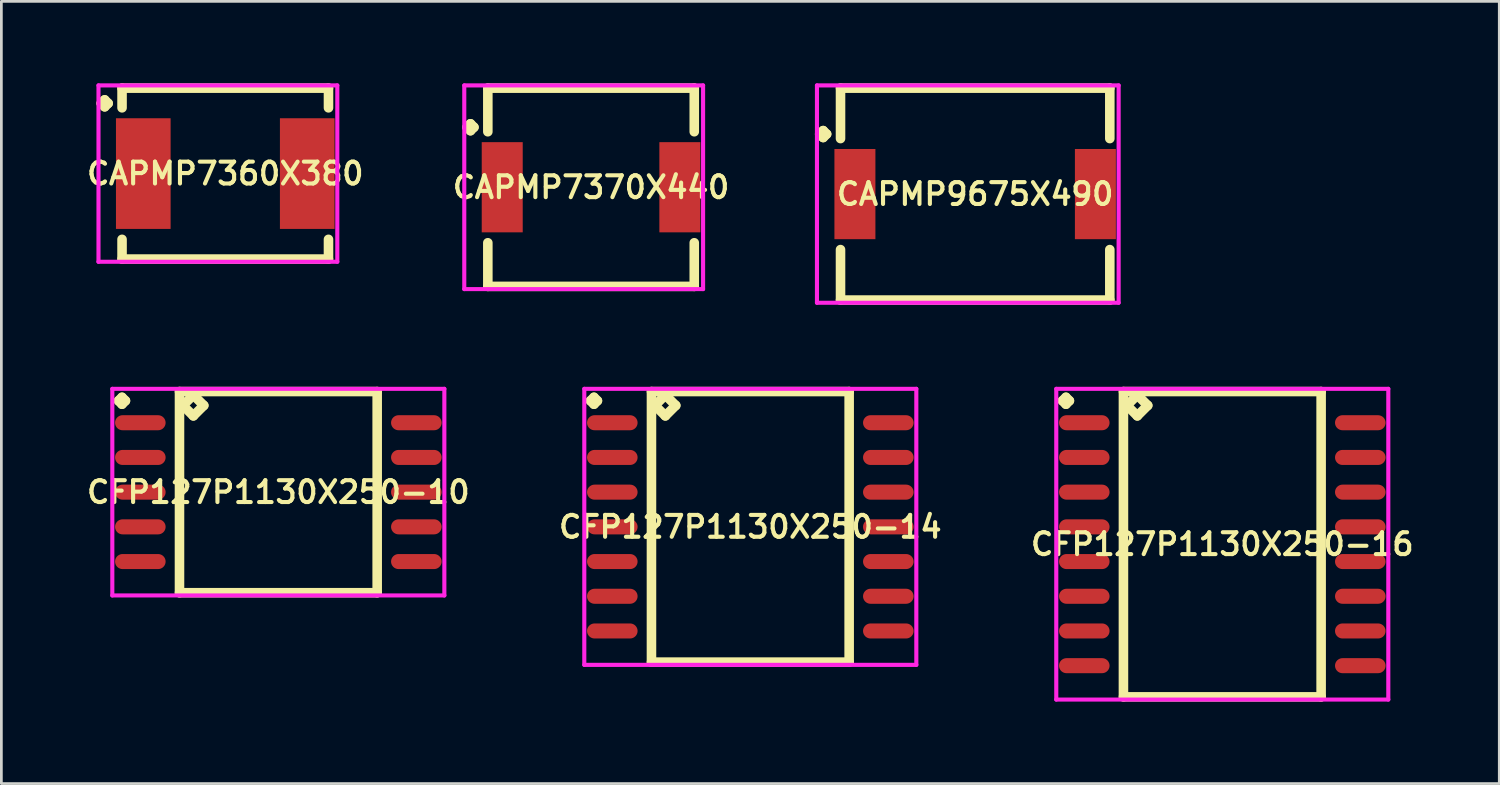
<source format=kicad_pcb>
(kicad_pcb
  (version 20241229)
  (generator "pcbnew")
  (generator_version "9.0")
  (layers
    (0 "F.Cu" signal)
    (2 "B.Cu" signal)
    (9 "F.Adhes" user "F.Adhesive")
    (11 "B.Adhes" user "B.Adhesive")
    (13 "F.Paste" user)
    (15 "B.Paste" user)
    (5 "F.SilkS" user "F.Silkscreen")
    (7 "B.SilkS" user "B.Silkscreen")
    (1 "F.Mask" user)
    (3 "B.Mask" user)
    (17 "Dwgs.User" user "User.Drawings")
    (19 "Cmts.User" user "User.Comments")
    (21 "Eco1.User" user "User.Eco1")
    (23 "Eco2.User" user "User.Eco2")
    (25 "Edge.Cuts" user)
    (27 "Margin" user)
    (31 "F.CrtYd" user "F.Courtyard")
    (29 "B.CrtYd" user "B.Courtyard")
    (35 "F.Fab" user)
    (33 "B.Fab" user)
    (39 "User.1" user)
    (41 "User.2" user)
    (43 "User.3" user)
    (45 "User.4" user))
  (footprint "CFP127P1130X250-14"
    (layer "F.Cu")
    (at 24.406 16.229)
    (property "Reference" "CFP127P1130X250-14" (at 0 0 0) (layer "F.SilkS") (effects (font (size 0.8 0.8) (thickness 0.15))))
    (attr smd)
    (fp_line (start -5.848 -4.614) (end -5.721 -4.741) (stroke (width 0.35) (type solid)) (layer "F.SilkS"))
    (fp_line (start -5.721 -4.741) (end -5.594 -4.614) (stroke (width 0.35) (type solid)) (layer "F.SilkS"))
    (fp_line (start -5.721 -4.487) (end -5.848 -4.614) (stroke (width 0.35) (type solid)) (layer "F.SilkS"))
    (fp_line (start -5.594 -4.614) (end -5.721 -4.487) (stroke (width 0.35) (type solid)) (layer "F.SilkS"))
    (fp_line (start -3.617 -4.95) (end -3.617 4.95) (stroke (width 0.35) (type solid)) (layer "F.SilkS"))
    (fp_line (start -3.617 4.95) (end 3.617 4.95) (stroke (width 0.35) (type solid)) (layer "F.SilkS"))
    (fp_line (start -3.49 -4.442) (end -3.109 -4.823) (stroke (width 0.35) (type solid)) (layer "F.SilkS"))
    (fp_line (start -3.109 -4.823) (end -2.728 -4.442) (stroke (width 0.35) (type solid)) (layer "F.SilkS"))
    (fp_line (start -3.109 -4.061) (end -3.49 -4.442) (stroke (width 0.35) (type solid)) (layer "F.SilkS"))
    (fp_line (start -2.728 -4.442) (end -3.109 -4.061) (stroke (width 0.35) (type solid)) (layer "F.SilkS"))
    (fp_line (start 3.617 -4.95) (end -3.617 -4.95) (stroke (width 0.35) (type solid)) (layer "F.SilkS"))
    (fp_line (start 3.617 4.95) (end 3.617 -4.95) (stroke (width 0.35) (type solid)) (layer "F.SilkS"))
    (fp_line (start -6.075 -5.05) (end 6.075 -5.05) (stroke (width 0.15) (type solid)) (layer "F.CrtYd"))
    (fp_line (start -6.075 5.05) (end -6.075 -5.05) (stroke (width 0.15) (type solid)) (layer "F.CrtYd"))
    (fp_line (start 6.075 -5.05) (end 6.075 5.05) (stroke (width 0.15) (type solid)) (layer "F.CrtYd"))
    (fp_line (start 6.075 5.05) (end -6.075 5.05) (stroke (width 0.15) (type solid)) (layer "F.CrtYd"))
    (pad "1" smd oval (at -5.05 -3.81) (size 1.85 0.55) (layers "F.Cu" "F.Mask" "F.Paste"))
    (pad "2" smd oval (at -5.05 -2.54) (size 1.85 0.55) (layers "F.Cu" "F.Mask" "F.Paste"))
    (pad "3" smd oval (at -5.05 -1.27) (size 1.85 0.55) (layers "F.Cu" "F.Mask" "F.Paste"))
    (pad "4" smd oval (at -5.05 0) (size 1.85 0.55) (layers "F.Cu" "F.Mask" "F.Paste"))
    (pad "5" smd oval (at -5.05 1.27) (size 1.85 0.55) (layers "F.Cu" "F.Mask" "F.Paste"))
    (pad "6" smd oval (at -5.05 2.54) (size 1.85 0.55) (layers "F.Cu" "F.Mask" "F.Paste"))
    (pad "7" smd oval (at -5.05 3.81) (size 1.85 0.55) (layers "F.Cu" "F.Mask" "F.Paste"))
    (pad "8" smd oval (at 5.05 3.81) (size 1.85 0.55) (layers "F.Cu" "F.Mask" "F.Paste"))
    (pad "9" smd oval (at 5.05 2.54) (size 1.85 0.55) (layers "F.Cu" "F.Mask" "F.Paste"))
    (pad "10" smd oval (at 5.05 1.27) (size 1.85 0.55) (layers "F.Cu" "F.Mask" "F.Paste"))
    (pad "11" smd oval (at 5.05 0) (size 1.85 0.55) (layers "F.Cu" "F.Mask" "F.Paste"))
    (pad "12" smd oval (at 5.05 -1.27) (size 1.85 0.55) (layers "F.Cu" "F.Mask" "F.Paste"))
    (pad "13" smd oval (at 5.05 -2.54) (size 1.85 0.55) (layers "F.Cu" "F.Mask" "F.Paste"))
    (pad "14" smd oval (at 5.05 -3.81) (size 1.85 0.55) (layers "F.Cu" "F.Mask" "F.Paste")))
  (footprint "CAPMP9675X490"
    (layer "F.Cu")
    (at 32.634 4.052)
    (property "Reference" "CAPMP9675X490" (at 0 0 0) (layer "F.SilkS") (effects (font (size 0.8 0.8) (thickness 0.15))))
    (attr smd)
    (fp_line (start -5.689 -2.196) (end -5.562 -2.323) (stroke (width 0.35) (type solid)) (layer "F.SilkS"))
    (fp_line (start -5.562 -2.323) (end -5.435 -2.196) (stroke (width 0.35) (type solid)) (layer "F.SilkS"))
    (fp_line (start -5.562 -2.069) (end -5.689 -2.196) (stroke (width 0.35) (type solid)) (layer "F.SilkS"))
    (fp_line (start -5.435 -2.196) (end -5.562 -2.069) (stroke (width 0.35) (type solid)) (layer "F.SilkS"))
    (fp_line (start -4.927 -3.877) (end 4.927 -3.877) (stroke (width 0.35) (type solid)) (layer "F.SilkS"))
    (fp_line (start -4.927 -2.031) (end -4.927 -3.877) (stroke (width 0.35) (type solid)) (layer "F.SilkS"))
    (fp_line (start -4.927 2.031) (end -4.927 3.877) (stroke (width 0.35) (type solid)) (layer "F.SilkS"))
    (fp_line (start -4.927 3.877) (end 4.927 3.877) (stroke (width 0.35) (type solid)) (layer "F.SilkS"))
    (fp_line (start 4.927 -3.877) (end 4.927 -2.031) (stroke (width 0.35) (type solid)) (layer "F.SilkS"))
    (fp_line (start 4.927 3.877) (end 4.927 2.031) (stroke (width 0.35) (type solid)) (layer "F.SilkS"))
    (fp_line (start -5.789 -3.977) (end 5.25 -3.977) (stroke (width 0.15) (type solid)) (layer "F.CrtYd"))
    (fp_line (start -5.789 3.977) (end -5.789 -3.977) (stroke (width 0.15) (type solid)) (layer "F.CrtYd"))
    (fp_line (start 5.25 -3.977) (end 5.25 3.977) (stroke (width 0.15) (type solid)) (layer "F.CrtYd"))
    (fp_line (start 5.25 3.977) (end -5.789 3.977) (stroke (width 0.15) (type solid)) (layer "F.CrtYd"))
    (pad "1" smd rect (at -4.4 0) (size 1.5 3.3) (layers "F.Cu" "F.Mask" "F.Paste"))
    (pad "2" smd rect (at 4.4 0) (size 1.5 3.3) (layers "F.Cu" "F.Mask" "F.Paste")))
  (footprint "CFP127P1130X250-16"
    (layer "F.Cu")
    (at 41.677 16.864)
    (property "Reference" "CFP127P1130X250-16" (at 0 0 0) (layer "F.SilkS") (effects (font (size 0.8 0.8) (thickness 0.15))))
    (attr smd)
    (fp_line (start -5.848 -5.249) (end -5.721 -5.376) (stroke (width 0.35) (type solid)) (layer "F.SilkS"))
    (fp_line (start -5.721 -5.376) (end -5.594 -5.249) (stroke (width 0.35) (type solid)) (layer "F.SilkS"))
    (fp_line (start -5.721 -5.122) (end -5.848 -5.249) (stroke (width 0.35) (type solid)) (layer "F.SilkS"))
    (fp_line (start -5.594 -5.249) (end -5.721 -5.122) (stroke (width 0.35) (type solid)) (layer "F.SilkS"))
    (fp_line (start -3.617 -5.585) (end -3.617 5.585) (stroke (width 0.35) (type solid)) (layer "F.SilkS"))
    (fp_line (start -3.617 5.585) (end 3.617 5.585) (stroke (width 0.35) (type solid)) (layer "F.SilkS"))
    (fp_line (start -3.49 -5.077) (end -3.109 -5.458) (stroke (width 0.35) (type solid)) (layer "F.SilkS"))
    (fp_line (start -3.109 -5.458) (end -2.728 -5.077) (stroke (width 0.35) (type solid)) (layer "F.SilkS"))
    (fp_line (start -3.109 -4.696) (end -3.49 -5.077) (stroke (width 0.35) (type solid)) (layer "F.SilkS"))
    (fp_line (start -2.728 -5.077) (end -3.109 -4.696) (stroke (width 0.35) (type solid)) (layer "F.SilkS"))
    (fp_line (start 3.617 -5.585) (end -3.617 -5.585) (stroke (width 0.35) (type solid)) (layer "F.SilkS"))
    (fp_line (start 3.617 5.585) (end 3.617 -5.585) (stroke (width 0.35) (type solid)) (layer "F.SilkS"))
    (fp_line (start -6.075 -5.685) (end 6.075 -5.685) (stroke (width 0.15) (type solid)) (layer "F.CrtYd"))
    (fp_line (start -6.075 5.685) (end -6.075 -5.685) (stroke (width 0.15) (type solid)) (layer "F.CrtYd"))
    (fp_line (start 6.075 -5.685) (end 6.075 5.685) (stroke (width 0.15) (type solid)) (layer "F.CrtYd"))
    (fp_line (start 6.075 5.685) (end -6.075 5.685) (stroke (width 0.15) (type solid)) (layer "F.CrtYd"))
    (pad "1" smd oval (at -5.05 -4.445) (size 1.85 0.55) (layers "F.Cu" "F.Mask" "F.Paste"))
    (pad "2" smd oval (at -5.05 -3.175) (size 1.85 0.55) (layers "F.Cu" "F.Mask" "F.Paste"))
    (pad "3" smd oval (at -5.05 -1.905) (size 1.85 0.55) (layers "F.Cu" "F.Mask" "F.Paste"))
    (pad "4" smd oval (at -5.05 -0.635) (size 1.85 0.55) (layers "F.Cu" "F.Mask" "F.Paste"))
    (pad "5" smd oval (at -5.05 0.635) (size 1.85 0.55) (layers "F.Cu" "F.Mask" "F.Paste"))
    (pad "6" smd oval (at -5.05 1.905) (size 1.85 0.55) (layers "F.Cu" "F.Mask" "F.Paste"))
    (pad "7" smd oval (at -5.05 3.175) (size 1.85 0.55) (layers "F.Cu" "F.Mask" "F.Paste"))
    (pad "8" smd oval (at -5.05 4.445) (size 1.85 0.55) (layers "F.Cu" "F.Mask" "F.Paste"))
    (pad "9" smd oval (at 5.05 4.445) (size 1.85 0.55) (layers "F.Cu" "F.Mask" "F.Paste"))
    (pad "10" smd oval (at 5.05 3.175) (size 1.85 0.55) (layers "F.Cu" "F.Mask" "F.Paste"))
    (pad "11" smd oval (at 5.05 1.905) (size 1.85 0.55) (layers "F.Cu" "F.Mask" "F.Paste"))
    (pad "12" smd oval (at 5.05 0.635) (size 1.85 0.55) (layers "F.Cu" "F.Mask" "F.Paste"))
    (pad "13" smd oval (at 5.05 -0.635) (size 1.85 0.55) (layers "F.Cu" "F.Mask" "F.Paste"))
    (pad "14" smd oval (at 5.05 -1.905) (size 1.85 0.55) (layers "F.Cu" "F.Mask" "F.Paste"))
    (pad "15" smd oval (at 5.05 -3.175) (size 1.85 0.55) (layers "F.Cu" "F.Mask" "F.Paste"))
    (pad "16" smd oval (at 5.05 -4.445) (size 1.85 0.55) (layers "F.Cu" "F.Mask" "F.Paste")))
  (footprint "CAPMP7360X380"
    (layer "F.Cu")
    (at 5.193 3.302)
    (property "Reference" "CAPMP7360X380" (at 0 0 0) (layer "F.SilkS") (effects (font (size 0.8 0.8) (thickness 0.15))))
    (attr smd)
    (fp_line (start -4.539 -2.571) (end -4.412 -2.698) (stroke (width 0.35) (type solid)) (layer "F.SilkS"))
    (fp_line (start -4.412 -2.698) (end -4.285 -2.571) (stroke (width 0.35) (type solid)) (layer "F.SilkS"))
    (fp_line (start -4.412 -2.444) (end -4.539 -2.571) (stroke (width 0.35) (type solid)) (layer "F.SilkS"))
    (fp_line (start -4.285 -2.571) (end -4.412 -2.444) (stroke (width 0.35) (type solid)) (layer "F.SilkS"))
    (fp_line (start -3.777 -3.127) (end 3.777 -3.127) (stroke (width 0.35) (type solid)) (layer "F.SilkS"))
    (fp_line (start -3.777 -2.406) (end -3.777 -3.127) (stroke (width 0.35) (type solid)) (layer "F.SilkS"))
    (fp_line (start -3.777 2.406) (end -3.777 3.127) (stroke (width 0.35) (type solid)) (layer "F.SilkS"))
    (fp_line (start -3.777 3.127) (end 3.777 3.127) (stroke (width 0.35) (type solid)) (layer "F.SilkS"))
    (fp_line (start 3.777 -3.127) (end 3.777 -2.406) (stroke (width 0.35) (type solid)) (layer "F.SilkS"))
    (fp_line (start 3.777 3.127) (end 3.777 2.406) (stroke (width 0.35) (type solid)) (layer "F.SilkS"))
    (fp_line (start -4.639 -3.227) (end 4.1 -3.227) (stroke (width 0.15) (type solid)) (layer "F.CrtYd"))
    (fp_line (start -4.639 3.227) (end -4.639 -3.227) (stroke (width 0.15) (type solid)) (layer "F.CrtYd"))
    (fp_line (start 4.1 -3.227) (end 4.1 3.227) (stroke (width 0.15) (type solid)) (layer "F.CrtYd"))
    (fp_line (start 4.1 3.227) (end -4.639 3.227) (stroke (width 0.15) (type solid)) (layer "F.CrtYd"))
    (pad "1" smd rect (at -3 0) (size 2 4.05) (layers "F.Cu" "F.Mask" "F.Paste"))
    (pad "2" smd rect (at 3 0) (size 2 4.05) (layers "F.Cu" "F.Mask" "F.Paste")))
  (footprint "CAPMP7370X440"
    (layer "F.Cu")
    (at 18.578 3.802)
    (property "Reference" "CAPMP7370X440" (at 0 0 0) (layer "F.SilkS") (effects (font (size 0.8 0.8) (thickness 0.15))))
    (attr smd)
    (fp_line (start -4.539 -2.196) (end -4.412 -2.323) (stroke (width 0.35) (type solid)) (layer "F.SilkS"))
    (fp_line (start -4.412 -2.323) (end -4.285 -2.196) (stroke (width 0.35) (type solid)) (layer "F.SilkS"))
    (fp_line (start -4.412 -2.069) (end -4.539 -2.196) (stroke (width 0.35) (type solid)) (layer "F.SilkS"))
    (fp_line (start -4.285 -2.196) (end -4.412 -2.069) (stroke (width 0.35) (type solid)) (layer "F.SilkS"))
    (fp_line (start -3.777 -3.627) (end 3.777 -3.627) (stroke (width 0.35) (type solid)) (layer "F.SilkS"))
    (fp_line (start -3.777 -2.031) (end -3.777 -3.627) (stroke (width 0.35) (type solid)) (layer "F.SilkS"))
    (fp_line (start -3.777 2.031) (end -3.777 3.627) (stroke (width 0.35) (type solid)) (layer "F.SilkS"))
    (fp_line (start -3.777 3.627) (end 3.777 3.627) (stroke (width 0.35) (type solid)) (layer "F.SilkS"))
    (fp_line (start 3.777 -3.627) (end 3.777 -2.031) (stroke (width 0.35) (type solid)) (layer "F.SilkS"))
    (fp_line (start 3.777 3.627) (end 3.777 2.031) (stroke (width 0.35) (type solid)) (layer "F.SilkS"))
    (fp_line (start -4.639 -3.727) (end 4.1 -3.727) (stroke (width 0.15) (type solid)) (layer "F.CrtYd"))
    (fp_line (start -4.639 3.727) (end -4.639 -3.727) (stroke (width 0.15) (type solid)) (layer "F.CrtYd"))
    (fp_line (start 4.1 -3.727) (end 4.1 3.727) (stroke (width 0.15) (type solid)) (layer "F.CrtYd"))
    (fp_line (start 4.1 3.727) (end -4.639 3.727) (stroke (width 0.15) (type solid)) (layer "F.CrtYd"))
    (pad "1" smd rect (at -3.25 0) (size 1.5 3.3) (layers "F.Cu" "F.Mask" "F.Paste"))
    (pad "2" smd rect (at 3.25 0) (size 1.5 3.3) (layers "F.Cu" "F.Mask" "F.Paste")))
  (footprint "CFP127P1130X250-10"
    (layer "F.Cu")
    (at 7.135 14.959)
    (property "Reference" "CFP127P1130X250-10" (at 0 0 0) (layer "F.SilkS") (effects (font (size 0.8 0.8) (thickness 0.15))))
    (attr smd)
    (fp_line (start -5.848 -3.344) (end -5.721 -3.471) (stroke (width 0.35) (type solid)) (layer "F.SilkS"))
    (fp_line (start -5.721 -3.471) (end -5.594 -3.344) (stroke (width 0.35) (type solid)) (layer "F.SilkS"))
    (fp_line (start -5.721 -3.217) (end -5.848 -3.344) (stroke (width 0.35) (type solid)) (layer "F.SilkS"))
    (fp_line (start -5.594 -3.344) (end -5.721 -3.217) (stroke (width 0.35) (type solid)) (layer "F.SilkS"))
    (fp_line (start -3.617 -3.68) (end -3.617 3.68) (stroke (width 0.35) (type solid)) (layer "F.SilkS"))
    (fp_line (start -3.617 3.68) (end 3.617 3.68) (stroke (width 0.35) (type solid)) (layer "F.SilkS"))
    (fp_line (start -3.49 -3.172) (end -3.109 -3.553) (stroke (width 0.35) (type solid)) (layer "F.SilkS"))
    (fp_line (start -3.109 -3.553) (end -2.728 -3.172) (stroke (width 0.35) (type solid)) (layer "F.SilkS"))
    (fp_line (start -3.109 -2.791) (end -3.49 -3.172) (stroke (width 0.35) (type solid)) (layer "F.SilkS"))
    (fp_line (start -2.728 -3.172) (end -3.109 -2.791) (stroke (width 0.35) (type solid)) (layer "F.SilkS"))
    (fp_line (start 3.617 -3.68) (end -3.617 -3.68) (stroke (width 0.35) (type solid)) (layer "F.SilkS"))
    (fp_line (start 3.617 3.68) (end 3.617 -3.68) (stroke (width 0.35) (type solid)) (layer "F.SilkS"))
    (fp_line (start -6.075 -3.78) (end 6.075 -3.78) (stroke (width 0.15) (type solid)) (layer "F.CrtYd"))
    (fp_line (start -6.075 3.78) (end -6.075 -3.78) (stroke (width 0.15) (type solid)) (layer "F.CrtYd"))
    (fp_line (start 6.075 -3.78) (end 6.075 3.78) (stroke (width 0.15) (type solid)) (layer "F.CrtYd"))
    (fp_line (start 6.075 3.78) (end -6.075 3.78) (stroke (width 0.15) (type solid)) (layer "F.CrtYd"))
    (pad "1" smd oval (at -5.05 -2.54) (size 1.85 0.55) (layers "F.Cu" "F.Mask" "F.Paste"))
    (pad "2" smd oval (at -5.05 -1.27) (size 1.85 0.55) (layers "F.Cu" "F.Mask" "F.Paste"))
    (pad "3" smd oval (at -5.05 0) (size 1.85 0.55) (layers "F.Cu" "F.Mask" "F.Paste"))
    (pad "4" smd oval (at -5.05 1.27) (size 1.85 0.55) (layers "F.Cu" "F.Mask" "F.Paste"))
    (pad "5" smd oval (at -5.05 2.54) (size 1.85 0.55) (layers "F.Cu" "F.Mask" "F.Paste"))
    (pad "6" smd oval (at 5.05 2.54) (size 1.85 0.55) (layers "F.Cu" "F.Mask" "F.Paste"))
    (pad "7" smd oval (at 5.05 1.27) (size 1.85 0.55) (layers "F.Cu" "F.Mask" "F.Paste"))
    (pad "8" smd oval (at 5.05 0) (size 1.85 0.55) (layers "F.Cu" "F.Mask" "F.Paste"))
    (pad "9" smd oval (at 5.05 -1.27) (size 1.85 0.55) (layers "F.Cu" "F.Mask" "F.Paste"))
    (pad "10" smd oval (at 5.05 -2.54) (size 1.85 0.55) (layers "F.Cu" "F.Mask" "F.Paste")))
  (gr_rect
    (start -3 -3)
    (end 51.813 25.624)
    (stroke (width 0.1) (type default))
    (fill no)
    (layer "Edge.Cuts")))
</source>
